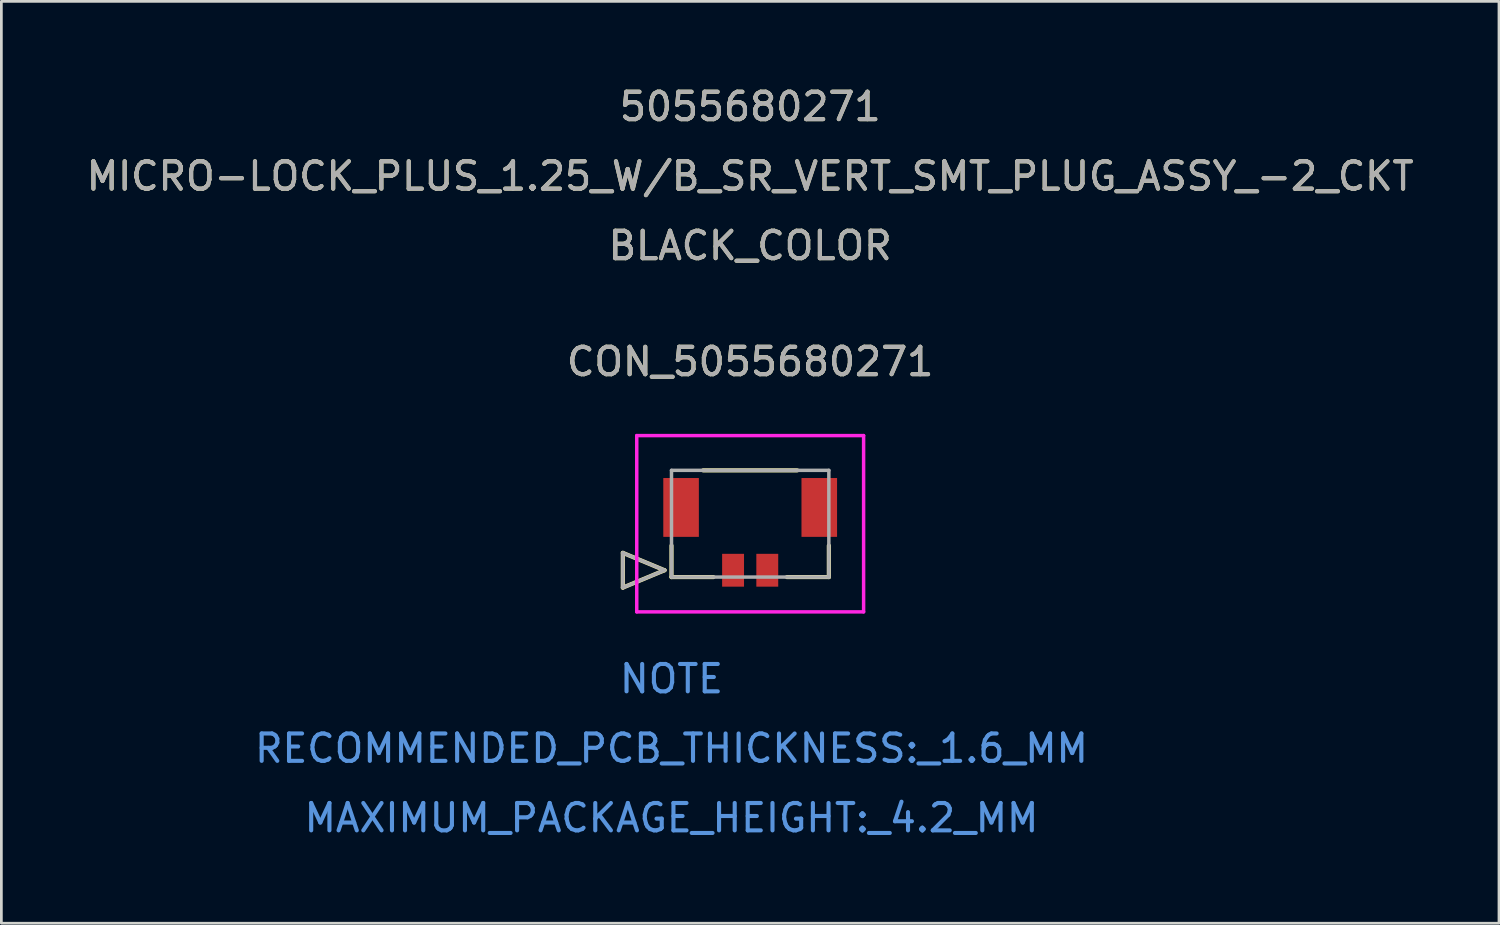
<source format=kicad_pcb>
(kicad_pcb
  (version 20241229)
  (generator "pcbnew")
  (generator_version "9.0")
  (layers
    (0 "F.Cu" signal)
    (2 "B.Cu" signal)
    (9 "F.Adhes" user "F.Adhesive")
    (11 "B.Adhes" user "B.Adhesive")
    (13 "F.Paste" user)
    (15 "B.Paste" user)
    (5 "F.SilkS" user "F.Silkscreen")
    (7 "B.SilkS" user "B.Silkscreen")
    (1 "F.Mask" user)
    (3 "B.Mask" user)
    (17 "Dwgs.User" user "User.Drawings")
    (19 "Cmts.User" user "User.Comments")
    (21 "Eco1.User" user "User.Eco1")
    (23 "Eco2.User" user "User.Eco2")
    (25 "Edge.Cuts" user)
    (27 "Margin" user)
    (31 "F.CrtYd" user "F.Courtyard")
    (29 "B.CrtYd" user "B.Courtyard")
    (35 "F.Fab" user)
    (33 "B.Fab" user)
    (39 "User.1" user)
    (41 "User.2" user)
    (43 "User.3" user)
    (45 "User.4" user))
  (footprint "CON_5055680271"
    (layer "F.Cu")
    (at 23.738 17.788)
    (property "Reference" "CON_5055680271" (at 0.625 -7.62 0) (unlocked yes) (layer "F.SilkS") (effects (font (size 1 1) (thickness 0.15))))
    (attr smd)
    (fp_line (start -4.028 -0.635) (end -4.028 0.635) (stroke (width 0.152) (type solid)) (layer "F.SilkS"))
    (fp_line (start -4.028 0.635) (end -2.504 0) (stroke (width 0.152) (type solid)) (layer "F.SilkS"))
    (fp_line (start -2.504 0) (end -4.028 -0.635) (stroke (width 0.152) (type solid)) (layer "F.SilkS"))
    (fp_line (start -2.25 -0.9) (end -2.25 0.25) (stroke (width 0.152) (type solid)) (layer "F.SilkS"))
    (fp_line (start -2.25 0.25) (end -0.72 0.25) (stroke (width 0.152) (type solid)) (layer "F.SilkS"))
    (fp_line (start 1.97 0.25) (end 3.5 0.25) (stroke (width 0.152) (type solid)) (layer "F.SilkS"))
    (fp_line (start 2.345 -3.65) (end -1.095 -3.65) (stroke (width 0.152) (type solid)) (layer "F.SilkS"))
    (fp_line (start 3.5 0.25) (end 3.5 -0.9) (stroke (width 0.152) (type solid)) (layer "F.SilkS"))
    (fp_line (start -3.52 -4.92) (end -3.52 1.52) (stroke (width 0.127) (type solid)) (layer "F.CrtYd"))
    (fp_line (start -3.52 1.52) (end 4.77 1.52) (stroke (width 0.127) (type solid)) (layer "F.CrtYd"))
    (fp_line (start 4.77 -4.92) (end -3.52 -4.92) (stroke (width 0.127) (type solid)) (layer "F.CrtYd"))
    (fp_line (start 4.77 1.52) (end 4.77 -4.92) (stroke (width 0.127) (type solid)) (layer "F.CrtYd"))
    (fp_line (start -4.028 -0.635) (end -4.028 0.635) (stroke (width 0.127) (type solid)) (layer "F.Fab"))
    (fp_line (start -4.028 0.635) (end -2.504 0) (stroke (width 0.127) (type solid)) (layer "F.Fab"))
    (fp_line (start -2.504 0) (end -4.028 -0.635) (stroke (width 0.127) (type solid)) (layer "F.Fab"))
    (fp_line (start -2.25 -3.65) (end -2.25 0.25) (stroke (width 0.127) (type solid)) (layer "F.Fab"))
    (fp_line (start -2.25 0.25) (end 3.5 0.25) (stroke (width 0.127) (type solid)) (layer "F.Fab"))
    (fp_line (start 3.5 -3.65) (end -2.25 -3.65) (stroke (width 0.127) (type solid)) (layer "F.Fab"))
    (fp_line (start 3.5 0.25) (end 3.5 -3.65) (stroke (width 0.127) (type solid)) (layer "F.Fab"))
    (fp_text user "MICRO-LOCK_PLUS_1.25_W/B_SR_VERT_SMT_PLUG_ASSY_-2_CKT" (at 0.625 -14.4 0) (unlocked yes) (layer "F.SilkS") (effects (font (size 1 1) (thickness 0.15))))
    (fp_text user "BLACK_COLOR" (at 0.625 -11.86 0) (unlocked yes) (layer "F.SilkS") (effects (font (size 1 1) (thickness 0.15))))
    (fp_text user "5055680271" (at 0.625 -16.94 0) (unlocked yes) (layer "F.SilkS") (effects (font (size 1 1) (thickness 0.15))))
    (fp_text user "RECOMMENDED_PCB_THICKNESS:_1.6_MM" (at -2.25 6.51 0) (unlocked yes) (layer "Cmts.User") (effects (font (size 1 1) (thickness 0.15))))
    (fp_text user "NOTE" (at -2.25 3.97 0) (unlocked yes) (layer "Cmts.User") (effects (font (size 1 1) (thickness 0.15))))
    (fp_text user "MAXIMUM_PACKAGE_HEIGHT:_4.2_MM" (at -2.25 9.05 0) (unlocked yes) (layer "Cmts.User") (effects (font (size 1 1) (thickness 0.15))))
    (fp_text user "MICRO-LOCK_PLUS_1.25_W/B_SR_VERT_SMT_PLUG_ASSY_-2_CKT" (at 0.625 -14.4 0) (unlocked yes) (layer "F.Fab") (effects (font (size 1 1) (thickness 0.15))))
    (fp_text user "${REFERENCE}" (at 0.625 -7.62 0) (unlocked yes) (layer "F.Fab") (effects (font (size 1 1) (thickness 0.15))))
    (fp_text user "BLACK_COLOR" (at 0.625 -11.86 0) (unlocked yes) (layer "F.Fab") (effects (font (size 1 1) (thickness 0.15))))
    (fp_text user "5055680271" (at 0.625 -16.94 0) (unlocked yes) (layer "F.Fab") (effects (font (size 1 1) (thickness 0.15))))
    (pad "1" smd rect (at 0 0) (size 0.8 1.2) (layers "F.Cu" "F.Mask" "F.Paste"))
    (pad "2" smd rect (at 1.25 0) (size 0.8 1.2) (layers "F.Cu" "F.Mask" "F.Paste"))
    (pad "3" smd rect (at -1.9 -2.295) (size 1.3 2.15) (layers "F.Cu" "F.Mask" "F.Paste"))
    (pad "4" smd rect (at 3.15 -2.295) (size 1.3 2.15) (layers "F.Cu" "F.Mask" "F.Paste")))
  (gr_rect
    (start -3 -3)
    (end 51.726 30.686)
    (stroke (width 0.1) (type default))
    (fill no)
    (layer "Edge.Cuts")))
</source>
